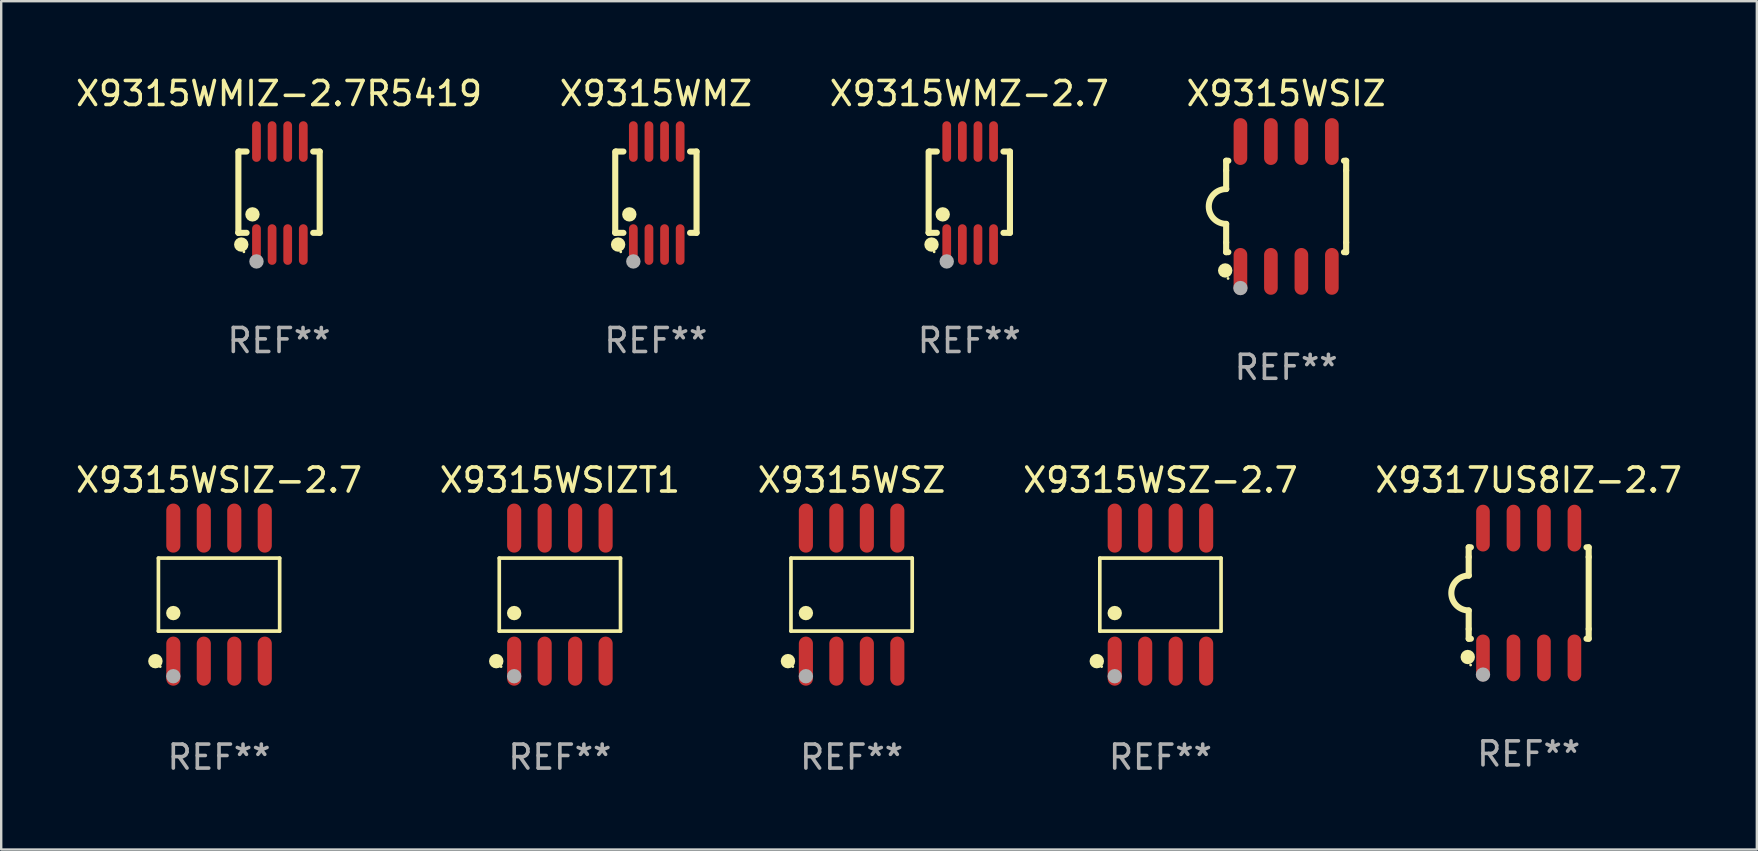
<source format=kicad_pcb>
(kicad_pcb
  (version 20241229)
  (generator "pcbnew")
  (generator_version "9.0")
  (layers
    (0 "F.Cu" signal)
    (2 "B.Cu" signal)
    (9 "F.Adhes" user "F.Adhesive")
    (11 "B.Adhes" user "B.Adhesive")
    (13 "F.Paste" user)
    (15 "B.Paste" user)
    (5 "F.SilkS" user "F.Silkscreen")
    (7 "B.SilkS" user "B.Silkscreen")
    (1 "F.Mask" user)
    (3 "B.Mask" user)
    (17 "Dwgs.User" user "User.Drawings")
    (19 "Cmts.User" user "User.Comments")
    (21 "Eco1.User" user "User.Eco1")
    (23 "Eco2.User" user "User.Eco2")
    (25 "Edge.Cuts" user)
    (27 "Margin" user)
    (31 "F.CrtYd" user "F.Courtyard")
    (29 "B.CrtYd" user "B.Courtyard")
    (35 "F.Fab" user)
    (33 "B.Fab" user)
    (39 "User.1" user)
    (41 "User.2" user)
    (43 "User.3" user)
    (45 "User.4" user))
  (footprint "X9317US8IZ-2.7"
    (layer "F.Cu")
    (at 60.649 21.66)
    (property "Reference" "X9317US8IZ-2.7" (at 0 -4.705 0) (layer "F.SilkS") (effects (font (size 1 1) (thickness 0.15))))
    (attr through_hole)
    (fp_line (start -2.5 -1.905) (end -2.409 -1.905) (stroke (width 0.254) (type solid)) (layer "F.SilkS"))
    (fp_line (start -2.5 -1.5) (end -2.5 -1.905) (stroke (width 0.254) (type solid)) (layer "F.SilkS"))
    (fp_line (start -2.5 -1.5) (end -2.5 -0.726) (stroke (width 0.254) (type solid)) (layer "F.SilkS"))
    (fp_line (start -2.5 1.5) (end -2.5 0.727) (stroke (width 0.254) (type solid)) (layer "F.SilkS"))
    (fp_line (start -2.5 1.5) (end -2.5 1.905) (stroke (width 0.254) (type solid)) (layer "F.SilkS"))
    (fp_line (start -2.5 1.905) (end -2.409 1.905) (stroke (width 0.254) (type solid)) (layer "F.SilkS"))
    (fp_line (start 2.5 -1.905) (end 2.409 -1.905) (stroke (width 0.254) (type solid)) (layer "F.SilkS"))
    (fp_line (start 2.5 -1.5) (end 2.5 -1.905) (stroke (width 0.254) (type solid)) (layer "F.SilkS"))
    (fp_line (start 2.5 -1.5) (end 2.5 1.5) (stroke (width 0.254) (type solid)) (layer "F.SilkS"))
    (fp_line (start 2.5 1.5) (end 2.5 1.905) (stroke (width 0.254) (type solid)) (layer "F.SilkS"))
    (fp_line (start 2.5 1.905) (end 2.409 1.905) (stroke (width 0.254) (type solid)) (layer "F.SilkS"))
    (fp_arc (start -2.5 0.726568) (mid -3.220316 -0.0023) (end -2.495097 -0.726289) (stroke (width 0.254001) (type solid)) (layer "F.SilkS"))
    (fp_circle (center -2.54 2.667) (end -2.39 2.667) (stroke (width 0.3) (type solid)) (fill no) (layer "F.SilkS"))
    (fp_circle (center -2.42 3) (end -2.39 3) (stroke (width 0.06) (type solid)) (fill no) (layer "F.SilkS"))
    (fp_circle (center -1.905 3.4) (end -1.755 3.4) (stroke (width 0.3) (type solid)) (fill no) (layer "F.Fab"))
    (fp_text user "REF**" (at 0 6.705 0) (layer "F.Fab") (effects (font (size 1 1) (thickness 0.15))))
    (pad "1" smd oval (at -1.905 2.705) (size 0.568 1.95) (layers "F.Cu" "F.Mask" "F.Paste"))
    (pad "2" smd oval (at -0.635 2.705) (size 0.568 1.95) (layers "F.Cu" "F.Mask" "F.Paste"))
    (pad "3" smd oval (at 0.635 2.705) (size 0.568 1.95) (layers "F.Cu" "F.Mask" "F.Paste"))
    (pad "4" smd oval (at 1.905 2.705) (size 0.568 1.95) (layers "F.Cu" "F.Mask" "F.Paste"))
    (pad "5" smd oval (at 1.905 -2.705) (size 0.568 1.95) (layers "F.Cu" "F.Mask" "F.Paste"))
    (pad "6" smd oval (at 0.635 -2.705) (size 0.568 1.95) (layers "F.Cu" "F.Mask" "F.Paste"))
    (pad "7" smd oval (at -0.635 -2.705) (size 0.568 1.95) (layers "F.Cu" "F.Mask" "F.Paste"))
    (pad "8" smd oval (at -1.905 -2.705) (size 0.568 1.95) (layers "F.Cu" "F.Mask" "F.Paste")))
  (footprint "X9315WMIZ-2.7R5419"
    (layer "F.Cu")
    (at 8.577 4.994)
    (property "Reference" "X9315WMIZ-2.7R5419" (at 0 -4.146 0) (layer "F.SilkS") (effects (font (size 1 1) (thickness 0.15))))
    (attr through_hole)
    (fp_line (start -1.694 -1.724) (end -1.694 1.652) (stroke (width 0.254) (type solid)) (layer "F.SilkS"))
    (fp_line (start -1.694 1.652) (end -1.688 1.658) (stroke (width 0.254) (type solid)) (layer "F.SilkS"))
    (fp_line (start -1.688 1.658) (end -1.353 1.658) (stroke (width 0.254) (type solid)) (layer "F.SilkS"))
    (fp_line (start -1.661 -1.73) (end -1.681 -1.71) (stroke (width 0.254) (type solid)) (layer "F.SilkS"))
    (fp_line (start -1.353 -1.73) (end -1.661 -1.73) (stroke (width 0.254) (type solid)) (layer "F.SilkS"))
    (fp_line (start 1.424 1.658) (end 1.694 1.658) (stroke (width 0.254) (type solid)) (layer "F.SilkS"))
    (fp_line (start 1.694 -1.73) (end 1.424 -1.73) (stroke (width 0.254) (type solid)) (layer "F.SilkS"))
    (fp_line (start 1.694 1.658) (end 1.694 -1.73) (stroke (width 0.254) (type solid)) (layer "F.SilkS"))
    (fp_circle (center -1.574 2.146) (end -1.424 2.146) (stroke (width 0.3) (type solid)) (fill no) (layer "F.SilkS"))
    (fp_circle (center -1.464 2.45) (end -1.434 2.45) (stroke (width 0.06) (type solid)) (fill no) (layer "F.SilkS"))
    (fp_circle (center -1.107 0.889) (end -0.957 0.889) (stroke (width 0.3) (type solid)) (fill no) (layer "F.SilkS"))
    (fp_circle (center -0.94 2.85) (end -0.789 2.85) (stroke (width 0.3) (type solid)) (fill no) (layer "F.Fab"))
    (fp_text user "REF**" (at 0 6.146 0) (layer "F.Fab") (effects (font (size 1 1) (thickness 0.15))))
    (pad "1" smd oval (at -0.94 2.146) (size 0.364 1.692) (layers "F.Cu" "F.Mask" "F.Paste"))
    (pad "2" smd oval (at -0.289 2.146) (size 0.364 1.692) (layers "F.Cu" "F.Mask" "F.Paste"))
    (pad "3" smd oval (at 0.361 2.146) (size 0.364 1.692) (layers "F.Cu" "F.Mask" "F.Paste"))
    (pad "4" smd oval (at 1.011 2.146) (size 0.364 1.692) (layers "F.Cu" "F.Mask" "F.Paste"))
    (pad "5" smd oval (at 1.011 -2.146) (size 0.364 1.692) (layers "F.Cu" "F.Mask" "F.Paste"))
    (pad "6" smd oval (at 0.361 -2.146) (size 0.364 1.692) (layers "F.Cu" "F.Mask" "F.Paste"))
    (pad "7" smd oval (at -0.289 -2.146) (size 0.364 1.692) (layers "F.Cu" "F.Mask" "F.Paste"))
    (pad "8" smd oval (at -0.94 -2.146) (size 0.364 1.692) (layers "F.Cu" "F.Mask" "F.Paste")))
  (footprint "X9315WSIZT1"
    (layer "F.Cu")
    (at 20.28 21.727)
    (property "Reference" "X9315WSIZT1" (at 0 -4.772 0) (layer "F.SilkS") (effects (font (size 1 1) (thickness 0.15))))
    (attr through_hole)
    (fp_line (start -2.526 -1.521) (end 2.526 -1.521) (stroke (width 0.152) (type solid)) (layer "F.SilkS"))
    (fp_line (start -2.526 1.521) (end -2.526 -1.521) (stroke (width 0.152) (type solid)) (layer "F.SilkS"))
    (fp_line (start 2.526 -1.521) (end 2.526 1.521) (stroke (width 0.152) (type solid)) (layer "F.SilkS"))
    (fp_line (start 2.526 1.521) (end -2.526 1.521) (stroke (width 0.152) (type solid)) (layer "F.SilkS"))
    (fp_circle (center -2.652 2.772) (end -2.501 2.772) (stroke (width 0.3) (type solid)) (fill no) (layer "F.SilkS"))
    (fp_circle (center -2.45 3) (end -2.42 3) (stroke (width 0.06) (type solid)) (fill no) (layer "F.SilkS"))
    (fp_circle (center -1.905 0.769) (end -1.755 0.769) (stroke (width 0.3) (type solid)) (fill no) (layer "F.SilkS"))
    (fp_circle (center -1.905 3.4) (end -1.755 3.4) (stroke (width 0.3) (type solid)) (fill no) (layer "F.Fab"))
    (fp_text user "REF**" (at 0 6.772 0) (layer "F.Fab") (effects (font (size 1 1) (thickness 0.15))))
    (pad "1" smd oval (at -1.905 2.772) (size 0.588 2.045) (layers "F.Cu" "F.Mask" "F.Paste"))
    (pad "2" smd oval (at -0.635 2.772) (size 0.588 2.045) (layers "F.Cu" "F.Mask" "F.Paste"))
    (pad "3" smd oval (at 0.635 2.772) (size 0.588 2.045) (layers "F.Cu" "F.Mask" "F.Paste"))
    (pad "4" smd oval (at 1.905 2.772) (size 0.588 2.045) (layers "F.Cu" "F.Mask" "F.Paste"))
    (pad "5" smd oval (at 1.905 -2.772) (size 0.588 2.045) (layers "F.Cu" "F.Mask" "F.Paste"))
    (pad "6" smd oval (at 0.635 -2.772) (size 0.588 2.045) (layers "F.Cu" "F.Mask" "F.Paste"))
    (pad "7" smd oval (at -0.635 -2.772) (size 0.588 2.045) (layers "F.Cu" "F.Mask" "F.Paste"))
    (pad "8" smd oval (at -1.905 -2.772) (size 0.588 2.045) (layers "F.Cu" "F.Mask" "F.Paste")))
  (footprint "X9315WSIZ-2.7"
    (layer "F.Cu")
    (at 6.077 21.727)
    (property "Reference" "X9315WSIZ-2.7" (at 0 -4.772 0) (layer "F.SilkS") (effects (font (size 1 1) (thickness 0.15))))
    (attr through_hole)
    (fp_line (start -2.526 -1.521) (end 2.526 -1.521) (stroke (width 0.152) (type solid)) (layer "F.SilkS"))
    (fp_line (start -2.526 1.521) (end -2.526 -1.521) (stroke (width 0.152) (type solid)) (layer "F.SilkS"))
    (fp_line (start 2.526 -1.521) (end 2.526 1.521) (stroke (width 0.152) (type solid)) (layer "F.SilkS"))
    (fp_line (start 2.526 1.521) (end -2.526 1.521) (stroke (width 0.152) (type solid)) (layer "F.SilkS"))
    (fp_circle (center -2.652 2.772) (end -2.501 2.772) (stroke (width 0.3) (type solid)) (fill no) (layer "F.SilkS"))
    (fp_circle (center -2.45 3) (end -2.42 3) (stroke (width 0.06) (type solid)) (fill no) (layer "F.SilkS"))
    (fp_circle (center -1.905 0.769) (end -1.755 0.769) (stroke (width 0.3) (type solid)) (fill no) (layer "F.SilkS"))
    (fp_circle (center -1.905 3.4) (end -1.755 3.4) (stroke (width 0.3) (type solid)) (fill no) (layer "F.Fab"))
    (fp_text user "REF**" (at 0 6.772 0) (layer "F.Fab") (effects (font (size 1 1) (thickness 0.15))))
    (pad "1" smd oval (at -1.905 2.772) (size 0.588 2.045) (layers "F.Cu" "F.Mask" "F.Paste"))
    (pad "2" smd oval (at -0.635 2.772) (size 0.588 2.045) (layers "F.Cu" "F.Mask" "F.Paste"))
    (pad "3" smd oval (at 0.635 2.772) (size 0.588 2.045) (layers "F.Cu" "F.Mask" "F.Paste"))
    (pad "4" smd oval (at 1.905 2.772) (size 0.588 2.045) (layers "F.Cu" "F.Mask" "F.Paste"))
    (pad "5" smd oval (at 1.905 -2.772) (size 0.588 2.045) (layers "F.Cu" "F.Mask" "F.Paste"))
    (pad "6" smd oval (at 0.635 -2.772) (size 0.588 2.045) (layers "F.Cu" "F.Mask" "F.Paste"))
    (pad "7" smd oval (at -0.635 -2.772) (size 0.588 2.045) (layers "F.Cu" "F.Mask" "F.Paste"))
    (pad "8" smd oval (at -1.905 -2.772) (size 0.588 2.045) (layers "F.Cu" "F.Mask" "F.Paste")))
  (footprint "X9315WSZ-2.7"
    (layer "F.Cu")
    (at 45.304 21.727)
    (property "Reference" "X9315WSZ-2.7" (at 0 -4.772 0) (layer "F.SilkS") (effects (font (size 1 1) (thickness 0.15))))
    (attr through_hole)
    (fp_line (start -2.526 -1.521) (end 2.526 -1.521) (stroke (width 0.152) (type solid)) (layer "F.SilkS"))
    (fp_line (start -2.526 1.521) (end -2.526 -1.521) (stroke (width 0.152) (type solid)) (layer "F.SilkS"))
    (fp_line (start 2.526 -1.521) (end 2.526 1.521) (stroke (width 0.152) (type solid)) (layer "F.SilkS"))
    (fp_line (start 2.526 1.521) (end -2.526 1.521) (stroke (width 0.152) (type solid)) (layer "F.SilkS"))
    (fp_circle (center -2.652 2.772) (end -2.501 2.772) (stroke (width 0.3) (type solid)) (fill no) (layer "F.SilkS"))
    (fp_circle (center -2.45 3) (end -2.42 3) (stroke (width 0.06) (type solid)) (fill no) (layer "F.SilkS"))
    (fp_circle (center -1.905 0.769) (end -1.755 0.769) (stroke (width 0.3) (type solid)) (fill no) (layer "F.SilkS"))
    (fp_circle (center -1.905 3.4) (end -1.755 3.4) (stroke (width 0.3) (type solid)) (fill no) (layer "F.Fab"))
    (fp_text user "REF**" (at 0 6.772 0) (layer "F.Fab") (effects (font (size 1 1) (thickness 0.15))))
    (pad "1" smd oval (at -1.905 2.772) (size 0.588 2.045) (layers "F.Cu" "F.Mask" "F.Paste"))
    (pad "2" smd oval (at -0.635 2.772) (size 0.588 2.045) (layers "F.Cu" "F.Mask" "F.Paste"))
    (pad "3" smd oval (at 0.635 2.772) (size 0.588 2.045) (layers "F.Cu" "F.Mask" "F.Paste"))
    (pad "4" smd oval (at 1.905 2.772) (size 0.588 2.045) (layers "F.Cu" "F.Mask" "F.Paste"))
    (pad "5" smd oval (at 1.905 -2.772) (size 0.588 2.045) (layers "F.Cu" "F.Mask" "F.Paste"))
    (pad "6" smd oval (at 0.635 -2.772) (size 0.588 2.045) (layers "F.Cu" "F.Mask" "F.Paste"))
    (pad "7" smd oval (at -0.635 -2.772) (size 0.588 2.045) (layers "F.Cu" "F.Mask" "F.Paste"))
    (pad "8" smd oval (at -1.905 -2.772) (size 0.588 2.045) (layers "F.Cu" "F.Mask" "F.Paste")))
  (footprint "X9315WSIZ"
    (layer "F.Cu")
    (at 50.542 5.553)
    (property "Reference" "X9315WSIZ" (at 0 -4.705 0) (layer "F.SilkS") (effects (font (size 1 1) (thickness 0.15))))
    (attr through_hole)
    (fp_line (start -2.5 -1.905) (end -2.409 -1.905) (stroke (width 0.254) (type solid)) (layer "F.SilkS"))
    (fp_line (start -2.5 -1.5) (end -2.5 -1.905) (stroke (width 0.254) (type solid)) (layer "F.SilkS"))
    (fp_line (start -2.5 -1.5) (end -2.5 -0.726) (stroke (width 0.254) (type solid)) (layer "F.SilkS"))
    (fp_line (start -2.5 1.5) (end -2.5 0.727) (stroke (width 0.254) (type solid)) (layer "F.SilkS"))
    (fp_line (start -2.5 1.5) (end -2.5 1.905) (stroke (width 0.254) (type solid)) (layer "F.SilkS"))
    (fp_line (start -2.5 1.905) (end -2.409 1.905) (stroke (width 0.254) (type solid)) (layer "F.SilkS"))
    (fp_line (start 2.5 -1.905) (end 2.409 -1.905) (stroke (width 0.254) (type solid)) (layer "F.SilkS"))
    (fp_line (start 2.5 -1.5) (end 2.5 -1.905) (stroke (width 0.254) (type solid)) (layer "F.SilkS"))
    (fp_line (start 2.5 -1.5) (end 2.5 1.5) (stroke (width 0.254) (type solid)) (layer "F.SilkS"))
    (fp_line (start 2.5 1.5) (end 2.5 1.905) (stroke (width 0.254) (type solid)) (layer "F.SilkS"))
    (fp_line (start 2.5 1.905) (end 2.409 1.905) (stroke (width 0.254) (type solid)) (layer "F.SilkS"))
    (fp_arc (start -2.5 0.726568) (mid -3.220316 -0.0023) (end -2.495097 -0.726289) (stroke (width 0.254001) (type solid)) (layer "F.SilkS"))
    (fp_circle (center -2.54 2.667) (end -2.39 2.667) (stroke (width 0.3) (type solid)) (fill no) (layer "F.SilkS"))
    (fp_circle (center -2.42 3) (end -2.39 3) (stroke (width 0.06) (type solid)) (fill no) (layer "F.SilkS"))
    (fp_circle (center -1.905 3.4) (end -1.755 3.4) (stroke (width 0.3) (type solid)) (fill no) (layer "F.Fab"))
    (fp_text user "REF**" (at 0 6.705 0) (layer "F.Fab") (effects (font (size 1 1) (thickness 0.15))))
    (pad "1" smd oval (at -1.905 2.705) (size 0.568 1.95) (layers "F.Cu" "F.Mask" "F.Paste"))
    (pad "2" smd oval (at -0.635 2.705) (size 0.568 1.95) (layers "F.Cu" "F.Mask" "F.Paste"))
    (pad "3" smd oval (at 0.635 2.705) (size 0.568 1.95) (layers "F.Cu" "F.Mask" "F.Paste"))
    (pad "4" smd oval (at 1.905 2.705) (size 0.568 1.95) (layers "F.Cu" "F.Mask" "F.Paste"))
    (pad "5" smd oval (at 1.905 -2.705) (size 0.568 1.95) (layers "F.Cu" "F.Mask" "F.Paste"))
    (pad "6" smd oval (at 0.635 -2.705) (size 0.568 1.95) (layers "F.Cu" "F.Mask" "F.Paste"))
    (pad "7" smd oval (at -0.635 -2.705) (size 0.568 1.95) (layers "F.Cu" "F.Mask" "F.Paste"))
    (pad "8" smd oval (at -1.905 -2.705) (size 0.568 1.95) (layers "F.Cu" "F.Mask" "F.Paste")))
  (footprint "X9315WMZ-2.7"
    (layer "F.Cu")
    (at 37.339 4.994)
    (property "Reference" "X9315WMZ-2.7" (at 0 -4.146 0) (layer "F.SilkS") (effects (font (size 1 1) (thickness 0.15))))
    (attr through_hole)
    (fp_line (start -1.694 -1.724) (end -1.694 1.652) (stroke (width 0.254) (type solid)) (layer "F.SilkS"))
    (fp_line (start -1.694 1.652) (end -1.688 1.658) (stroke (width 0.254) (type solid)) (layer "F.SilkS"))
    (fp_line (start -1.688 1.658) (end -1.353 1.658) (stroke (width 0.254) (type solid)) (layer "F.SilkS"))
    (fp_line (start -1.661 -1.73) (end -1.681 -1.71) (stroke (width 0.254) (type solid)) (layer "F.SilkS"))
    (fp_line (start -1.353 -1.73) (end -1.661 -1.73) (stroke (width 0.254) (type solid)) (layer "F.SilkS"))
    (fp_line (start 1.424 1.658) (end 1.694 1.658) (stroke (width 0.254) (type solid)) (layer "F.SilkS"))
    (fp_line (start 1.694 -1.73) (end 1.424 -1.73) (stroke (width 0.254) (type solid)) (layer "F.SilkS"))
    (fp_line (start 1.694 1.658) (end 1.694 -1.73) (stroke (width 0.254) (type solid)) (layer "F.SilkS"))
    (fp_circle (center -1.574 2.146) (end -1.424 2.146) (stroke (width 0.3) (type solid)) (fill no) (layer "F.SilkS"))
    (fp_circle (center -1.464 2.45) (end -1.434 2.45) (stroke (width 0.06) (type solid)) (fill no) (layer "F.SilkS"))
    (fp_circle (center -1.107 0.889) (end -0.957 0.889) (stroke (width 0.3) (type solid)) (fill no) (layer "F.SilkS"))
    (fp_circle (center -0.94 2.85) (end -0.789 2.85) (stroke (width 0.3) (type solid)) (fill no) (layer "F.Fab"))
    (fp_text user "REF**" (at 0 6.146 0) (layer "F.Fab") (effects (font (size 1 1) (thickness 0.15))))
    (pad "1" smd oval (at -0.94 2.146) (size 0.364 1.692) (layers "F.Cu" "F.Mask" "F.Paste"))
    (pad "2" smd oval (at -0.289 2.146) (size 0.364 1.692) (layers "F.Cu" "F.Mask" "F.Paste"))
    (pad "3" smd oval (at 0.361 2.146) (size 0.364 1.692) (layers "F.Cu" "F.Mask" "F.Paste"))
    (pad "4" smd oval (at 1.011 2.146) (size 0.364 1.692) (layers "F.Cu" "F.Mask" "F.Paste"))
    (pad "5" smd oval (at 1.011 -2.146) (size 0.364 1.692) (layers "F.Cu" "F.Mask" "F.Paste"))
    (pad "6" smd oval (at 0.361 -2.146) (size 0.364 1.692) (layers "F.Cu" "F.Mask" "F.Paste"))
    (pad "7" smd oval (at -0.289 -2.146) (size 0.364 1.692) (layers "F.Cu" "F.Mask" "F.Paste"))
    (pad "8" smd oval (at -0.94 -2.146) (size 0.364 1.692) (layers "F.Cu" "F.Mask" "F.Paste")))
  (footprint "X9315WMZ"
    (layer "F.Cu")
    (at 24.28 4.994)
    (property "Reference" "X9315WMZ" (at 0 -4.146 0) (layer "F.SilkS") (effects (font (size 1 1) (thickness 0.15))))
    (attr through_hole)
    (fp_line (start -1.694 -1.724) (end -1.694 1.652) (stroke (width 0.254) (type solid)) (layer "F.SilkS"))
    (fp_line (start -1.694 1.652) (end -1.688 1.658) (stroke (width 0.254) (type solid)) (layer "F.SilkS"))
    (fp_line (start -1.688 1.658) (end -1.353 1.658) (stroke (width 0.254) (type solid)) (layer "F.SilkS"))
    (fp_line (start -1.661 -1.73) (end -1.681 -1.71) (stroke (width 0.254) (type solid)) (layer "F.SilkS"))
    (fp_line (start -1.353 -1.73) (end -1.661 -1.73) (stroke (width 0.254) (type solid)) (layer "F.SilkS"))
    (fp_line (start 1.424 1.658) (end 1.694 1.658) (stroke (width 0.254) (type solid)) (layer "F.SilkS"))
    (fp_line (start 1.694 -1.73) (end 1.424 -1.73) (stroke (width 0.254) (type solid)) (layer "F.SilkS"))
    (fp_line (start 1.694 1.658) (end 1.694 -1.73) (stroke (width 0.254) (type solid)) (layer "F.SilkS"))
    (fp_circle (center -1.574 2.146) (end -1.424 2.146) (stroke (width 0.3) (type solid)) (fill no) (layer "F.SilkS"))
    (fp_circle (center -1.464 2.45) (end -1.434 2.45) (stroke (width 0.06) (type solid)) (fill no) (layer "F.SilkS"))
    (fp_circle (center -1.107 0.889) (end -0.957 0.889) (stroke (width 0.3) (type solid)) (fill no) (layer "F.SilkS"))
    (fp_circle (center -0.94 2.85) (end -0.789 2.85) (stroke (width 0.3) (type solid)) (fill no) (layer "F.Fab"))
    (fp_text user "REF**" (at 0 6.146 0) (layer "F.Fab") (effects (font (size 1 1) (thickness 0.15))))
    (pad "1" smd oval (at -0.94 2.146) (size 0.364 1.692) (layers "F.Cu" "F.Mask" "F.Paste"))
    (pad "2" smd oval (at -0.289 2.146) (size 0.364 1.692) (layers "F.Cu" "F.Mask" "F.Paste"))
    (pad "3" smd oval (at 0.361 2.146) (size 0.364 1.692) (layers "F.Cu" "F.Mask" "F.Paste"))
    (pad "4" smd oval (at 1.011 2.146) (size 0.364 1.692) (layers "F.Cu" "F.Mask" "F.Paste"))
    (pad "5" smd oval (at 1.011 -2.146) (size 0.364 1.692) (layers "F.Cu" "F.Mask" "F.Paste"))
    (pad "6" smd oval (at 0.361 -2.146) (size 0.364 1.692) (layers "F.Cu" "F.Mask" "F.Paste"))
    (pad "7" smd oval (at -0.289 -2.146) (size 0.364 1.692) (layers "F.Cu" "F.Mask" "F.Paste"))
    (pad "8" smd oval (at -0.94 -2.146) (size 0.364 1.692) (layers "F.Cu" "F.Mask" "F.Paste")))
  (footprint "X9315WSZ"
    (layer "F.Cu")
    (at 32.435 21.727)
    (property "Reference" "X9315WSZ" (at 0 -4.772 0) (layer "F.SilkS") (effects (font (size 1 1) (thickness 0.15))))
    (attr through_hole)
    (fp_line (start -2.526 -1.521) (end 2.526 -1.521) (stroke (width 0.152) (type solid)) (layer "F.SilkS"))
    (fp_line (start -2.526 1.521) (end -2.526 -1.521) (stroke (width 0.152) (type solid)) (layer "F.SilkS"))
    (fp_line (start 2.526 -1.521) (end 2.526 1.521) (stroke (width 0.152) (type solid)) (layer "F.SilkS"))
    (fp_line (start 2.526 1.521) (end -2.526 1.521) (stroke (width 0.152) (type solid)) (layer "F.SilkS"))
    (fp_circle (center -2.652 2.772) (end -2.501 2.772) (stroke (width 0.3) (type solid)) (fill no) (layer "F.SilkS"))
    (fp_circle (center -2.45 3) (end -2.42 3) (stroke (width 0.06) (type solid)) (fill no) (layer "F.SilkS"))
    (fp_circle (center -1.905 0.769) (end -1.755 0.769) (stroke (width 0.3) (type solid)) (fill no) (layer "F.SilkS"))
    (fp_circle (center -1.905 3.4) (end -1.755 3.4) (stroke (width 0.3) (type solid)) (fill no) (layer "F.Fab"))
    (fp_text user "REF**" (at 0 6.772 0) (layer "F.Fab") (effects (font (size 1 1) (thickness 0.15))))
    (pad "1" smd oval (at -1.905 2.772) (size 0.588 2.045) (layers "F.Cu" "F.Mask" "F.Paste"))
    (pad "2" smd oval (at -0.635 2.772) (size 0.588 2.045) (layers "F.Cu" "F.Mask" "F.Paste"))
    (pad "3" smd oval (at 0.635 2.772) (size 0.588 2.045) (layers "F.Cu" "F.Mask" "F.Paste"))
    (pad "4" smd oval (at 1.905 2.772) (size 0.588 2.045) (layers "F.Cu" "F.Mask" "F.Paste"))
    (pad "5" smd oval (at 1.905 -2.772) (size 0.588 2.045) (layers "F.Cu" "F.Mask" "F.Paste"))
    (pad "6" smd oval (at 0.635 -2.772) (size 0.588 2.045) (layers "F.Cu" "F.Mask" "F.Paste"))
    (pad "7" smd oval (at -0.635 -2.772) (size 0.588 2.045) (layers "F.Cu" "F.Mask" "F.Paste"))
    (pad "8" smd oval (at -1.905 -2.772) (size 0.588 2.045) (layers "F.Cu" "F.Mask" "F.Paste")))
  (gr_rect
    (start -3 -3)
    (end 70.155 32.348)
    (stroke (width 0.1) (type default))
    (fill no)
    (layer "Edge.Cuts")))
</source>
